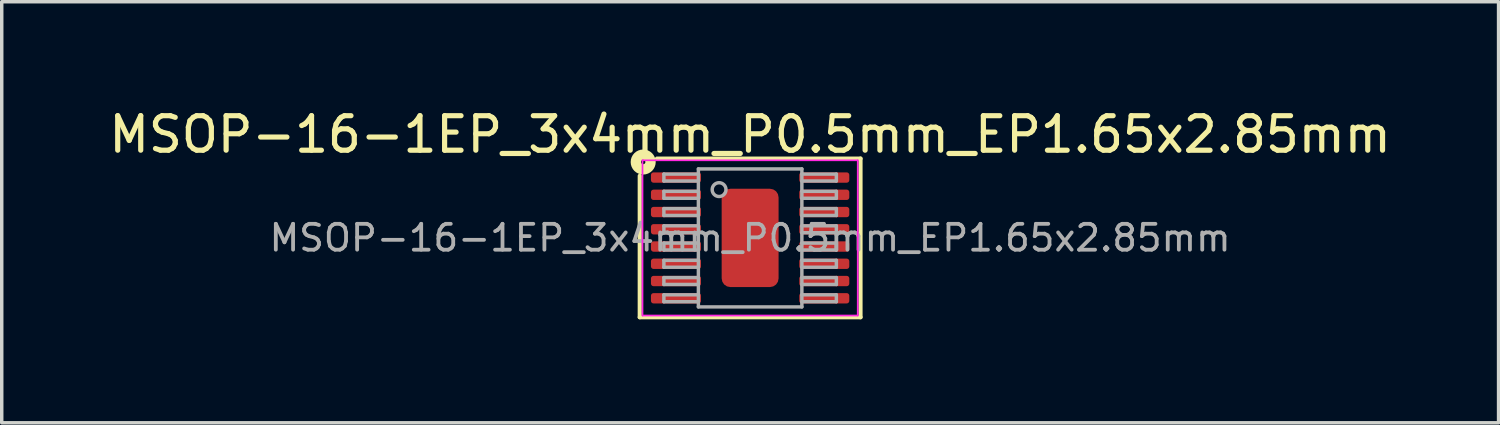
<source format=kicad_pcb>
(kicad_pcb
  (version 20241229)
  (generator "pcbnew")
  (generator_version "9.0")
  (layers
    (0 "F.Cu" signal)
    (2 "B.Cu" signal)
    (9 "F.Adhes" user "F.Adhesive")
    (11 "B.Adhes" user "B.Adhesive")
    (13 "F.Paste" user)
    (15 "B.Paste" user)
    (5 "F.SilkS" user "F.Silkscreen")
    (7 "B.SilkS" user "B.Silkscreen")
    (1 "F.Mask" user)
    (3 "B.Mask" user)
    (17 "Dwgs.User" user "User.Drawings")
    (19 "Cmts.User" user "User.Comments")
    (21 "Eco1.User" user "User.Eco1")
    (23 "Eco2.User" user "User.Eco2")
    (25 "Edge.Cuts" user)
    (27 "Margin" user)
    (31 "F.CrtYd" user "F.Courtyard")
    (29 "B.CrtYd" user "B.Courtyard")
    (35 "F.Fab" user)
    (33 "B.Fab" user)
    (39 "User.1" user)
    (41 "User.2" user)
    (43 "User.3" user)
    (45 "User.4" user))
  (footprint "MSOP-16-1EP_3x4mm_P0.5mm_EP1.65x2.85mm"
    (layer "F.Cu")
    (at 18.696 3.847)
    (property "Reference" "MSOP-16-1EP_3x4mm_P0.5mm_EP1.65x2.85mm" (at 0 -2.998 0) (layer "F.SilkS") (effects (font (size 1 1) (thickness 0.15))))
    (attr smd)
    (fp_line (start -3.2 2.3) (end -3.2 -1.8) (stroke (width 0.12) (type solid)) (layer "F.SilkS"))
    (fp_line (start -2.7 -2.3) (end 3.2 -2.3) (stroke (width 0.12) (type solid)) (layer "F.SilkS"))
    (fp_line (start 3.2 -2.3) (end 3.2 2.3) (stroke (width 0.12) (type solid)) (layer "F.SilkS"))
    (fp_line (start 3.2 2.3) (end -3.2 2.3) (stroke (width 0.12) (type solid)) (layer "F.SilkS"))
    (fp_circle (center -3.1 -2.2) (end -3.037 -2.2) (stroke (width 0.3) (type solid)) (fill no) (layer "F.SilkS"))
    (fp_line (start -3.12 -2.25) (end -3.12 2.25) (stroke (width 0.05) (type solid)) (layer "F.CrtYd"))
    (fp_line (start -3.12 2.25) (end 3.12 2.25) (stroke (width 0.05) (type solid)) (layer "F.CrtYd"))
    (fp_line (start 3.12 -2.25) (end -3.12 -2.25) (stroke (width 0.05) (type solid)) (layer "F.CrtYd"))
    (fp_line (start 3.12 2.25) (end 3.12 -2.25) (stroke (width 0.05) (type solid)) (layer "F.CrtYd"))
    (fp_line (start -2.5 -1.85) (end -2.5 -1.65) (stroke (width 0.1) (type solid)) (layer "F.Fab"))
    (fp_line (start -2.5 -1.85) (end -1.5 -1.85) (stroke (width 0.1) (type solid)) (layer "F.Fab"))
    (fp_line (start -2.5 -1.65) (end -1.5 -1.65) (stroke (width 0.1) (type solid)) (layer "F.Fab"))
    (fp_line (start -2.5 -1.35) (end -2.5 -1.15) (stroke (width 0.1) (type solid)) (layer "F.Fab"))
    (fp_line (start -2.5 -1.35) (end -1.5 -1.35) (stroke (width 0.1) (type solid)) (layer "F.Fab"))
    (fp_line (start -2.5 -1.15) (end -1.5 -1.15) (stroke (width 0.1) (type solid)) (layer "F.Fab"))
    (fp_line (start -2.5 -0.85) (end -2.5 -0.65) (stroke (width 0.1) (type solid)) (layer "F.Fab"))
    (fp_line (start -2.5 -0.85) (end -1.5 -0.85) (stroke (width 0.1) (type solid)) (layer "F.Fab"))
    (fp_line (start -2.5 -0.65) (end -1.5 -0.65) (stroke (width 0.1) (type solid)) (layer "F.Fab"))
    (fp_line (start -2.5 -0.35) (end -2.5 -0.15) (stroke (width 0.1) (type solid)) (layer "F.Fab"))
    (fp_line (start -2.5 -0.35) (end -1.5 -0.35) (stroke (width 0.1) (type solid)) (layer "F.Fab"))
    (fp_line (start -2.5 -0.15) (end -1.5 -0.15) (stroke (width 0.1) (type solid)) (layer "F.Fab"))
    (fp_line (start -2.5 0.15) (end -2.5 0.35) (stroke (width 0.1) (type solid)) (layer "F.Fab"))
    (fp_line (start -2.5 0.15) (end -1.5 0.15) (stroke (width 0.1) (type solid)) (layer "F.Fab"))
    (fp_line (start -2.5 0.35) (end -1.5 0.35) (stroke (width 0.1) (type solid)) (layer "F.Fab"))
    (fp_line (start -2.5 0.65) (end -2.5 0.85) (stroke (width 0.1) (type solid)) (layer "F.Fab"))
    (fp_line (start -2.5 0.65) (end -1.5 0.65) (stroke (width 0.1) (type solid)) (layer "F.Fab"))
    (fp_line (start -2.5 0.85) (end -1.5 0.85) (stroke (width 0.1) (type solid)) (layer "F.Fab"))
    (fp_line (start -2.5 1.15) (end -2.5 1.35) (stroke (width 0.1) (type solid)) (layer "F.Fab"))
    (fp_line (start -2.5 1.15) (end -1.5 1.15) (stroke (width 0.1) (type solid)) (layer "F.Fab"))
    (fp_line (start -2.5 1.35) (end -1.5 1.35) (stroke (width 0.1) (type solid)) (layer "F.Fab"))
    (fp_line (start -2.5 1.65) (end -2.5 1.85) (stroke (width 0.1) (type solid)) (layer "F.Fab"))
    (fp_line (start -2.5 1.65) (end -1.5 1.65) (stroke (width 0.1) (type solid)) (layer "F.Fab"))
    (fp_line (start -2.5 1.85) (end -1.5 1.85) (stroke (width 0.1) (type solid)) (layer "F.Fab"))
    (fp_line (start -1.5 -2) (end 1.5 -2) (stroke (width 0.1) (type solid)) (layer "F.Fab"))
    (fp_line (start -1.5 2) (end -1.5 -2) (stroke (width 0.1) (type solid)) (layer "F.Fab"))
    (fp_line (start 1.5 -2) (end 1.5 2) (stroke (width 0.1) (type solid)) (layer "F.Fab"))
    (fp_line (start 1.5 2) (end -1.5 2) (stroke (width 0.1) (type solid)) (layer "F.Fab"))
    (fp_line (start 2.5 -1.85) (end 1.5 -1.85) (stroke (width 0.1) (type solid)) (layer "F.Fab"))
    (fp_line (start 2.5 -1.65) (end 1.5 -1.65) (stroke (width 0.1) (type solid)) (layer "F.Fab"))
    (fp_line (start 2.5 -1.65) (end 2.5 -1.85) (stroke (width 0.1) (type solid)) (layer "F.Fab"))
    (fp_line (start 2.5 -1.35) (end 1.5 -1.35) (stroke (width 0.1) (type solid)) (layer "F.Fab"))
    (fp_line (start 2.5 -1.15) (end 1.5 -1.15) (stroke (width 0.1) (type solid)) (layer "F.Fab"))
    (fp_line (start 2.5 -1.15) (end 2.5 -1.35) (stroke (width 0.1) (type solid)) (layer "F.Fab"))
    (fp_line (start 2.5 -0.85) (end 1.5 -0.85) (stroke (width 0.1) (type solid)) (layer "F.Fab"))
    (fp_line (start 2.5 -0.65) (end 1.5 -0.65) (stroke (width 0.1) (type solid)) (layer "F.Fab"))
    (fp_line (start 2.5 -0.65) (end 2.5 -0.85) (stroke (width 0.1) (type solid)) (layer "F.Fab"))
    (fp_line (start 2.5 -0.35) (end 1.5 -0.35) (stroke (width 0.1) (type solid)) (layer "F.Fab"))
    (fp_line (start 2.5 -0.15) (end 1.5 -0.15) (stroke (width 0.1) (type solid)) (layer "F.Fab"))
    (fp_line (start 2.5 -0.15) (end 2.5 -0.35) (stroke (width 0.1) (type solid)) (layer "F.Fab"))
    (fp_line (start 2.5 0.15) (end 1.5 0.15) (stroke (width 0.1) (type solid)) (layer "F.Fab"))
    (fp_line (start 2.5 0.35) (end 1.5 0.35) (stroke (width 0.1) (type solid)) (layer "F.Fab"))
    (fp_line (start 2.5 0.35) (end 2.5 0.15) (stroke (width 0.1) (type solid)) (layer "F.Fab"))
    (fp_line (start 2.5 0.65) (end 1.5 0.65) (stroke (width 0.1) (type solid)) (layer "F.Fab"))
    (fp_line (start 2.5 0.85) (end 1.5 0.85) (stroke (width 0.1) (type solid)) (layer "F.Fab"))
    (fp_line (start 2.5 0.85) (end 2.5 0.65) (stroke (width 0.1) (type solid)) (layer "F.Fab"))
    (fp_line (start 2.5 1.15) (end 1.5 1.15) (stroke (width 0.1) (type solid)) (layer "F.Fab"))
    (fp_line (start 2.5 1.35) (end 1.5 1.35) (stroke (width 0.1) (type solid)) (layer "F.Fab"))
    (fp_line (start 2.5 1.35) (end 2.5 1.15) (stroke (width 0.1) (type solid)) (layer "F.Fab"))
    (fp_line (start 2.5 1.65) (end 1.5 1.65) (stroke (width 0.1) (type solid)) (layer "F.Fab"))
    (fp_line (start 2.5 1.85) (end 1.5 1.85) (stroke (width 0.1) (type solid)) (layer "F.Fab"))
    (fp_line (start 2.5 1.85) (end 2.5 1.65) (stroke (width 0.1) (type solid)) (layer "F.Fab"))
    (fp_circle (center -0.9 -1.4) (end -0.7 -1.4) (stroke (width 0.1) (type solid)) (fill no) (layer "F.Fab"))
    (fp_text user "${REFERENCE}" (at 0 0 0) (layer "F.Fab") (effects (font (size 0.75 0.75) (thickness 0.11))))
    (pad "" smd roundrect (at -0.41 -0.71) (size 0.67 1.15) (layers "F.Paste") (roundrect_rratio 0.25))
    (pad "" smd roundrect (at -0.41 0.71) (size 0.67 1.15) (layers "F.Paste") (roundrect_rratio 0.25))
    (pad "" smd roundrect (at 0.41 -0.71) (size 0.67 1.15) (layers "F.Paste") (roundrect_rratio 0.25))
    (pad "" smd roundrect (at 0.41 0.71) (size 0.67 1.15) (layers "F.Paste") (roundrect_rratio 0.25))
    (pad "1" smd roundrect (at -2.15 -1.75) (size 1.45 0.3) (layers "F.Cu" "F.Mask" "F.Paste") (roundrect_rratio 0.25))
    (pad "2" smd roundrect (at -2.15 -1.25) (size 1.45 0.3) (layers "F.Cu" "F.Mask" "F.Paste") (roundrect_rratio 0.25))
    (pad "3" smd roundrect (at -2.15 -0.75) (size 1.45 0.3) (layers "F.Cu" "F.Mask" "F.Paste") (roundrect_rratio 0.25))
    (pad "4" smd roundrect (at -2.15 -0.25) (size 1.45 0.3) (layers "F.Cu" "F.Mask" "F.Paste") (roundrect_rratio 0.25))
    (pad "5" smd roundrect (at -2.15 0.25) (size 1.45 0.3) (layers "F.Cu" "F.Mask" "F.Paste") (roundrect_rratio 0.25))
    (pad "6" smd roundrect (at -2.15 0.75) (size 1.45 0.3) (layers "F.Cu" "F.Mask" "F.Paste") (roundrect_rratio 0.25))
    (pad "7" smd roundrect (at -2.15 1.25) (size 1.45 0.3) (layers "F.Cu" "F.Mask" "F.Paste") (roundrect_rratio 0.25))
    (pad "8" smd roundrect (at -2.15 1.75) (size 1.45 0.3) (layers "F.Cu" "F.Mask" "F.Paste") (roundrect_rratio 0.25))
    (pad "9" smd roundrect (at 2.15 1.75) (size 1.45 0.3) (layers "F.Cu" "F.Mask" "F.Paste") (roundrect_rratio 0.25))
    (pad "10" smd roundrect (at 2.15 1.25) (size 1.45 0.3) (layers "F.Cu" "F.Mask" "F.Paste") (roundrect_rratio 0.25))
    (pad "11" smd roundrect (at 2.15 0.75) (size 1.45 0.3) (layers "F.Cu" "F.Mask" "F.Paste") (roundrect_rratio 0.25))
    (pad "12" smd roundrect (at 2.15 0.25) (size 1.45 0.3) (layers "F.Cu" "F.Mask" "F.Paste") (roundrect_rratio 0.25))
    (pad "13" smd roundrect (at 2.15 -0.25) (size 1.45 0.3) (layers "F.Cu" "F.Mask" "F.Paste") (roundrect_rratio 0.25))
    (pad "14" smd roundrect (at 2.15 -0.75) (size 1.45 0.3) (layers "F.Cu" "F.Mask" "F.Paste") (roundrect_rratio 0.25))
    (pad "15" smd roundrect (at 2.15 -1.25) (size 1.45 0.3) (layers "F.Cu" "F.Mask" "F.Paste") (roundrect_rratio 0.25))
    (pad "16" smd roundrect (at 2.15 -1.75) (size 1.45 0.3) (layers "F.Cu" "F.Mask" "F.Paste") (roundrect_rratio 0.25))
    (pad "17" smd roundrect (at 0 0) (size 1.65 2.85) (layers "F.Cu" "F.Mask") (roundrect_rratio 0.152)))
  (gr_rect
    (start -3 -3)
    (end 40.393 9.207)
    (stroke (width 0.1) (type default))
    (fill no)
    (layer "Edge.Cuts")))
</source>
